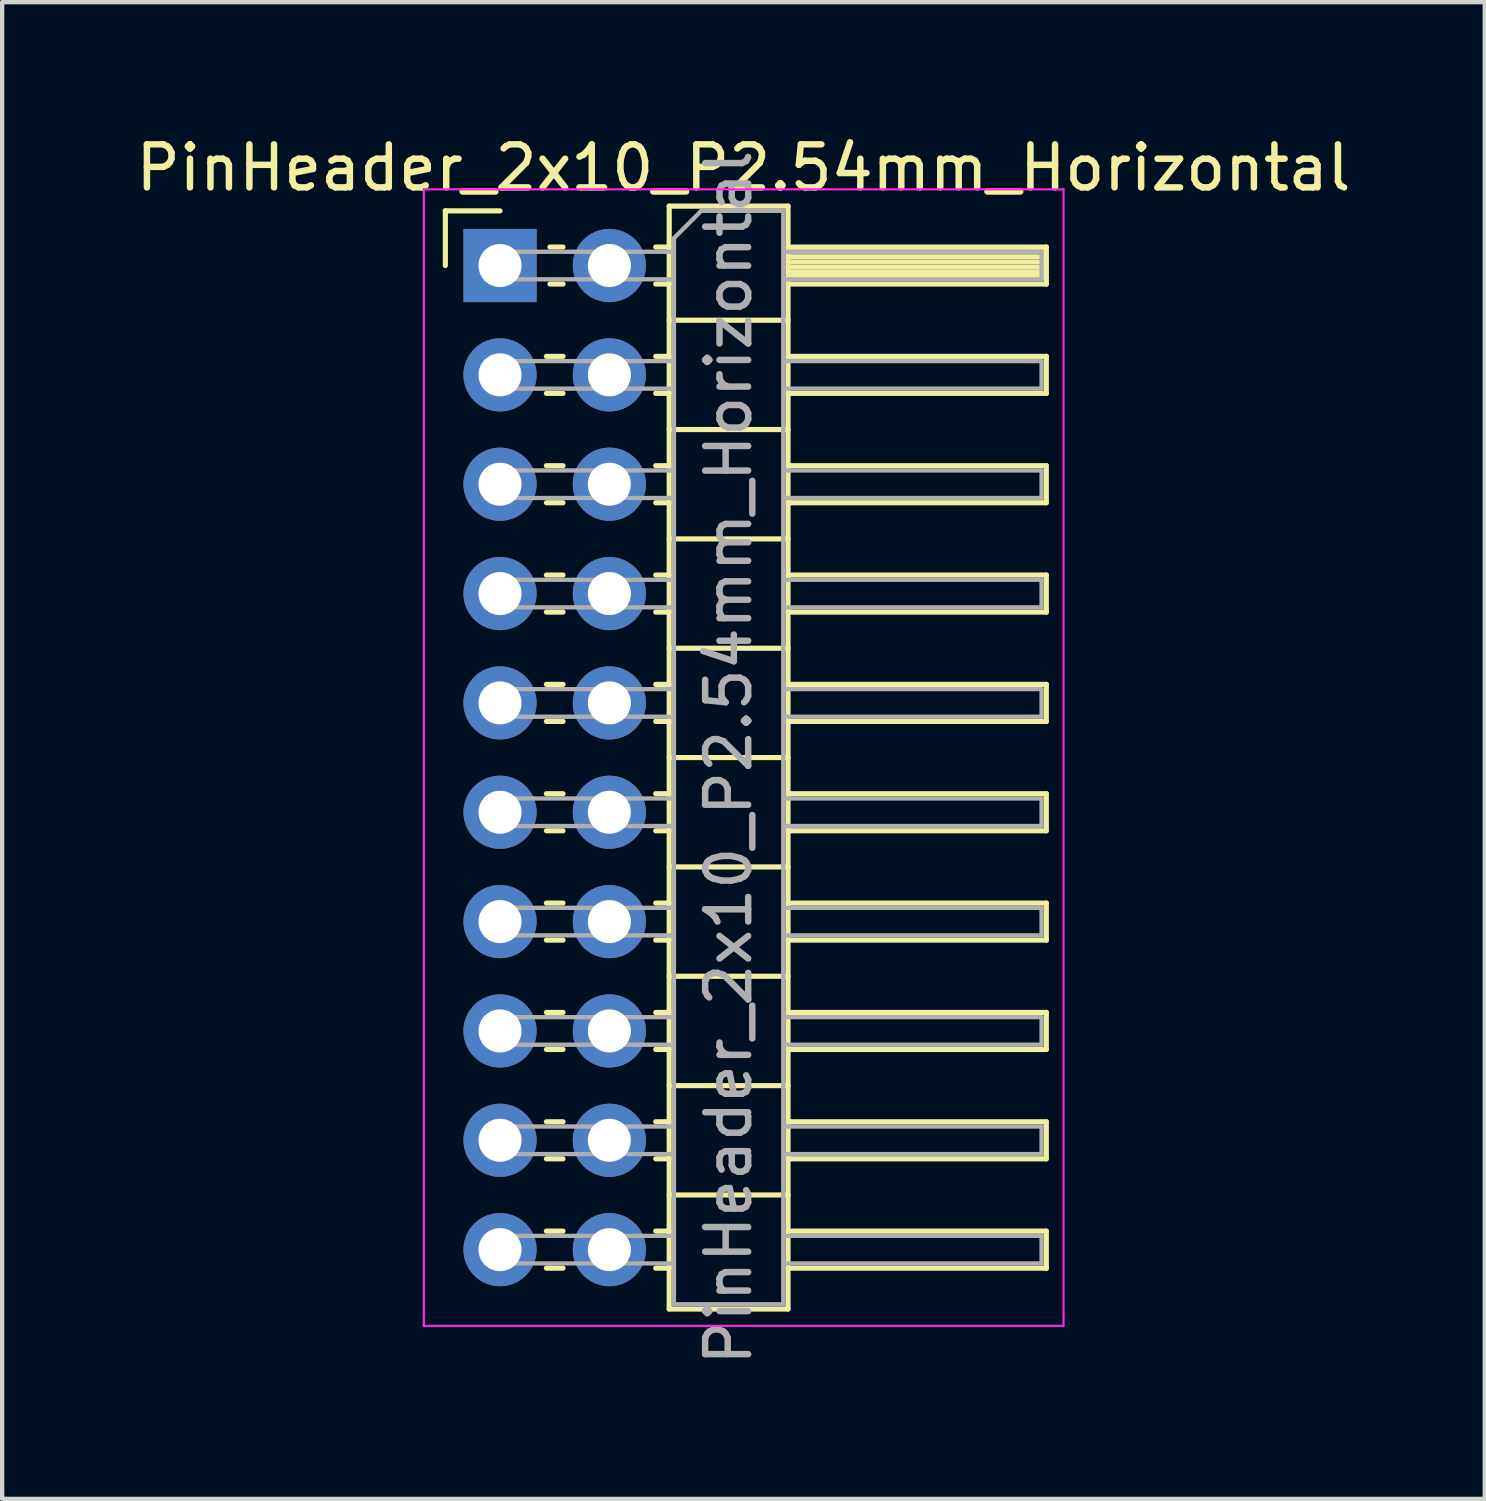
<source format=kicad_pcb>
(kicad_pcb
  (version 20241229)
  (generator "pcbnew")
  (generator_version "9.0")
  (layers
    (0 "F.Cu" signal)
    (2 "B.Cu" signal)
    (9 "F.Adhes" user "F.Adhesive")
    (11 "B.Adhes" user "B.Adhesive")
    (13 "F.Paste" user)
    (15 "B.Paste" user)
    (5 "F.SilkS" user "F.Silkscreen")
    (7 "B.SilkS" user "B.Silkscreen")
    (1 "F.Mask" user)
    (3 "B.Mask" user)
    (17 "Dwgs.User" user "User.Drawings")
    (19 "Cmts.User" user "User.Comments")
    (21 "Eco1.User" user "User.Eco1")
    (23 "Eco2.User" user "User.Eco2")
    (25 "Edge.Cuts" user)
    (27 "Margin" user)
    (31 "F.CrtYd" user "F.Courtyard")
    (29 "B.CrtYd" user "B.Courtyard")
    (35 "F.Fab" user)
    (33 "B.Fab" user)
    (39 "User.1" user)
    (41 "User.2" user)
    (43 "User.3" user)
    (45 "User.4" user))
  (footprint "PinHeader_2x10_P2.54mm_Horizontal"
    (layer "F.Cu")
    (at 8.565 3.118)
    (property "Reference" "PinHeader_2x10_P2.54mm_Horizontal" (at 5.655 -2.27 0) (layer "F.SilkS") (effects (font (size 1 1) (thickness 0.15))))
    (attr through_hole)
    (fp_line (start -1.27 -1.27) (end 0 -1.27) (stroke (width 0.12) (type solid)) (layer "F.SilkS"))
    (fp_line (start -1.27 0) (end -1.27 -1.27) (stroke (width 0.12) (type solid)) (layer "F.SilkS"))
    (fp_line (start 1.077 2.11) (end 1.463 2.11) (stroke (width 0.12) (type solid)) (layer "F.SilkS"))
    (fp_line (start 1.077 2.97) (end 1.463 2.97) (stroke (width 0.12) (type solid)) (layer "F.SilkS"))
    (fp_line (start 1.077 4.65) (end 1.463 4.65) (stroke (width 0.12) (type solid)) (layer "F.SilkS"))
    (fp_line (start 1.077 5.51) (end 1.463 5.51) (stroke (width 0.12) (type solid)) (layer "F.SilkS"))
    (fp_line (start 1.077 7.19) (end 1.463 7.19) (stroke (width 0.12) (type solid)) (layer "F.SilkS"))
    (fp_line (start 1.077 8.05) (end 1.463 8.05) (stroke (width 0.12) (type solid)) (layer "F.SilkS"))
    (fp_line (start 1.077 9.73) (end 1.463 9.73) (stroke (width 0.12) (type solid)) (layer "F.SilkS"))
    (fp_line (start 1.077 10.59) (end 1.463 10.59) (stroke (width 0.12) (type solid)) (layer "F.SilkS"))
    (fp_line (start 1.077 12.27) (end 1.463 12.27) (stroke (width 0.12) (type solid)) (layer "F.SilkS"))
    (fp_line (start 1.077 13.13) (end 1.463 13.13) (stroke (width 0.12) (type solid)) (layer "F.SilkS"))
    (fp_line (start 1.077 14.81) (end 1.463 14.81) (stroke (width 0.12) (type solid)) (layer "F.SilkS"))
    (fp_line (start 1.077 15.67) (end 1.463 15.67) (stroke (width 0.12) (type solid)) (layer "F.SilkS"))
    (fp_line (start 1.077 17.35) (end 1.463 17.35) (stroke (width 0.12) (type solid)) (layer "F.SilkS"))
    (fp_line (start 1.077 18.21) (end 1.463 18.21) (stroke (width 0.12) (type solid)) (layer "F.SilkS"))
    (fp_line (start 1.077 19.89) (end 1.463 19.89) (stroke (width 0.12) (type solid)) (layer "F.SilkS"))
    (fp_line (start 1.077 20.75) (end 1.463 20.75) (stroke (width 0.12) (type solid)) (layer "F.SilkS"))
    (fp_line (start 1.077 22.43) (end 1.463 22.43) (stroke (width 0.12) (type solid)) (layer "F.SilkS"))
    (fp_line (start 1.077 23.29) (end 1.463 23.29) (stroke (width 0.12) (type solid)) (layer "F.SilkS"))
    (fp_line (start 1.16 -0.43) (end 1.463 -0.43) (stroke (width 0.12) (type solid)) (layer "F.SilkS"))
    (fp_line (start 1.16 0.43) (end 1.463 0.43) (stroke (width 0.12) (type solid)) (layer "F.SilkS"))
    (fp_line (start 3.617 -0.43) (end 3.93 -0.43) (stroke (width 0.12) (type solid)) (layer "F.SilkS"))
    (fp_line (start 3.617 0.43) (end 3.93 0.43) (stroke (width 0.12) (type solid)) (layer "F.SilkS"))
    (fp_line (start 3.617 2.11) (end 3.93 2.11) (stroke (width 0.12) (type solid)) (layer "F.SilkS"))
    (fp_line (start 3.617 2.97) (end 3.93 2.97) (stroke (width 0.12) (type solid)) (layer "F.SilkS"))
    (fp_line (start 3.617 4.65) (end 3.93 4.65) (stroke (width 0.12) (type solid)) (layer "F.SilkS"))
    (fp_line (start 3.617 5.51) (end 3.93 5.51) (stroke (width 0.12) (type solid)) (layer "F.SilkS"))
    (fp_line (start 3.617 7.19) (end 3.93 7.19) (stroke (width 0.12) (type solid)) (layer "F.SilkS"))
    (fp_line (start 3.617 8.05) (end 3.93 8.05) (stroke (width 0.12) (type solid)) (layer "F.SilkS"))
    (fp_line (start 3.617 9.73) (end 3.93 9.73) (stroke (width 0.12) (type solid)) (layer "F.SilkS"))
    (fp_line (start 3.617 10.59) (end 3.93 10.59) (stroke (width 0.12) (type solid)) (layer "F.SilkS"))
    (fp_line (start 3.617 12.27) (end 3.93 12.27) (stroke (width 0.12) (type solid)) (layer "F.SilkS"))
    (fp_line (start 3.617 13.13) (end 3.93 13.13) (stroke (width 0.12) (type solid)) (layer "F.SilkS"))
    (fp_line (start 3.617 14.81) (end 3.93 14.81) (stroke (width 0.12) (type solid)) (layer "F.SilkS"))
    (fp_line (start 3.617 15.67) (end 3.93 15.67) (stroke (width 0.12) (type solid)) (layer "F.SilkS"))
    (fp_line (start 3.617 17.35) (end 3.93 17.35) (stroke (width 0.12) (type solid)) (layer "F.SilkS"))
    (fp_line (start 3.617 18.21) (end 3.93 18.21) (stroke (width 0.12) (type solid)) (layer "F.SilkS"))
    (fp_line (start 3.617 19.89) (end 3.93 19.89) (stroke (width 0.12) (type solid)) (layer "F.SilkS"))
    (fp_line (start 3.617 20.75) (end 3.93 20.75) (stroke (width 0.12) (type solid)) (layer "F.SilkS"))
    (fp_line (start 3.617 22.43) (end 3.93 22.43) (stroke (width 0.12) (type solid)) (layer "F.SilkS"))
    (fp_line (start 3.617 23.29) (end 3.93 23.29) (stroke (width 0.12) (type solid)) (layer "F.SilkS"))
    (fp_line (start 3.93 -1.38) (end 3.93 24.24) (stroke (width 0.12) (type solid)) (layer "F.SilkS"))
    (fp_line (start 3.93 1.27) (end 6.69 1.27) (stroke (width 0.12) (type solid)) (layer "F.SilkS"))
    (fp_line (start 3.93 3.81) (end 6.69 3.81) (stroke (width 0.12) (type solid)) (layer "F.SilkS"))
    (fp_line (start 3.93 6.35) (end 6.69 6.35) (stroke (width 0.12) (type solid)) (layer "F.SilkS"))
    (fp_line (start 3.93 8.89) (end 6.69 8.89) (stroke (width 0.12) (type solid)) (layer "F.SilkS"))
    (fp_line (start 3.93 11.43) (end 6.69 11.43) (stroke (width 0.12) (type solid)) (layer "F.SilkS"))
    (fp_line (start 3.93 13.97) (end 6.69 13.97) (stroke (width 0.12) (type solid)) (layer "F.SilkS"))
    (fp_line (start 3.93 16.51) (end 6.69 16.51) (stroke (width 0.12) (type solid)) (layer "F.SilkS"))
    (fp_line (start 3.93 19.05) (end 6.69 19.05) (stroke (width 0.12) (type solid)) (layer "F.SilkS"))
    (fp_line (start 3.93 21.59) (end 6.69 21.59) (stroke (width 0.12) (type solid)) (layer "F.SilkS"))
    (fp_line (start 3.93 24.24) (end 6.69 24.24) (stroke (width 0.12) (type solid)) (layer "F.SilkS"))
    (fp_line (start 6.69 -1.38) (end 3.93 -1.38) (stroke (width 0.12) (type solid)) (layer "F.SilkS"))
    (fp_line (start 6.69 -0.43) (end 12.69 -0.43) (stroke (width 0.12) (type solid)) (layer "F.SilkS"))
    (fp_line (start 6.69 -0.32) (end 12.69 -0.32) (stroke (width 0.12) (type solid)) (layer "F.SilkS"))
    (fp_line (start 6.69 -0.2) (end 12.69 -0.2) (stroke (width 0.12) (type solid)) (layer "F.SilkS"))
    (fp_line (start 6.69 -0.08) (end 12.69 -0.08) (stroke (width 0.12) (type solid)) (layer "F.SilkS"))
    (fp_line (start 6.69 0.04) (end 12.69 0.04) (stroke (width 0.12) (type solid)) (layer "F.SilkS"))
    (fp_line (start 6.69 0.16) (end 12.69 0.16) (stroke (width 0.12) (type solid)) (layer "F.SilkS"))
    (fp_line (start 6.69 0.28) (end 12.69 0.28) (stroke (width 0.12) (type solid)) (layer "F.SilkS"))
    (fp_line (start 6.69 2.11) (end 12.69 2.11) (stroke (width 0.12) (type solid)) (layer "F.SilkS"))
    (fp_line (start 6.69 4.65) (end 12.69 4.65) (stroke (width 0.12) (type solid)) (layer "F.SilkS"))
    (fp_line (start 6.69 7.19) (end 12.69 7.19) (stroke (width 0.12) (type solid)) (layer "F.SilkS"))
    (fp_line (start 6.69 9.73) (end 12.69 9.73) (stroke (width 0.12) (type solid)) (layer "F.SilkS"))
    (fp_line (start 6.69 12.27) (end 12.69 12.27) (stroke (width 0.12) (type solid)) (layer "F.SilkS"))
    (fp_line (start 6.69 14.81) (end 12.69 14.81) (stroke (width 0.12) (type solid)) (layer "F.SilkS"))
    (fp_line (start 6.69 17.35) (end 12.69 17.35) (stroke (width 0.12) (type solid)) (layer "F.SilkS"))
    (fp_line (start 6.69 19.89) (end 12.69 19.89) (stroke (width 0.12) (type solid)) (layer "F.SilkS"))
    (fp_line (start 6.69 22.43) (end 12.69 22.43) (stroke (width 0.12) (type solid)) (layer "F.SilkS"))
    (fp_line (start 6.69 24.24) (end 6.69 -1.38) (stroke (width 0.12) (type solid)) (layer "F.SilkS"))
    (fp_line (start 12.69 -0.43) (end 12.69 0.43) (stroke (width 0.12) (type solid)) (layer "F.SilkS"))
    (fp_line (start 12.69 0.43) (end 6.69 0.43) (stroke (width 0.12) (type solid)) (layer "F.SilkS"))
    (fp_line (start 12.69 2.11) (end 12.69 2.97) (stroke (width 0.12) (type solid)) (layer "F.SilkS"))
    (fp_line (start 12.69 2.97) (end 6.69 2.97) (stroke (width 0.12) (type solid)) (layer "F.SilkS"))
    (fp_line (start 12.69 4.65) (end 12.69 5.51) (stroke (width 0.12) (type solid)) (layer "F.SilkS"))
    (fp_line (start 12.69 5.51) (end 6.69 5.51) (stroke (width 0.12) (type solid)) (layer "F.SilkS"))
    (fp_line (start 12.69 7.19) (end 12.69 8.05) (stroke (width 0.12) (type solid)) (layer "F.SilkS"))
    (fp_line (start 12.69 8.05) (end 6.69 8.05) (stroke (width 0.12) (type solid)) (layer "F.SilkS"))
    (fp_line (start 12.69 9.73) (end 12.69 10.59) (stroke (width 0.12) (type solid)) (layer "F.SilkS"))
    (fp_line (start 12.69 10.59) (end 6.69 10.59) (stroke (width 0.12) (type solid)) (layer "F.SilkS"))
    (fp_line (start 12.69 12.27) (end 12.69 13.13) (stroke (width 0.12) (type solid)) (layer "F.SilkS"))
    (fp_line (start 12.69 13.13) (end 6.69 13.13) (stroke (width 0.12) (type solid)) (layer "F.SilkS"))
    (fp_line (start 12.69 14.81) (end 12.69 15.67) (stroke (width 0.12) (type solid)) (layer "F.SilkS"))
    (fp_line (start 12.69 15.67) (end 6.69 15.67) (stroke (width 0.12) (type solid)) (layer "F.SilkS"))
    (fp_line (start 12.69 17.35) (end 12.69 18.21) (stroke (width 0.12) (type solid)) (layer "F.SilkS"))
    (fp_line (start 12.69 18.21) (end 6.69 18.21) (stroke (width 0.12) (type solid)) (layer "F.SilkS"))
    (fp_line (start 12.69 19.89) (end 12.69 20.75) (stroke (width 0.12) (type solid)) (layer "F.SilkS"))
    (fp_line (start 12.69 20.75) (end 6.69 20.75) (stroke (width 0.12) (type solid)) (layer "F.SilkS"))
    (fp_line (start 12.69 22.43) (end 12.69 23.29) (stroke (width 0.12) (type solid)) (layer "F.SilkS"))
    (fp_line (start 12.69 23.29) (end 6.69 23.29) (stroke (width 0.12) (type solid)) (layer "F.SilkS"))
    (fp_line (start -1.77 -1.77) (end -1.77 24.63) (stroke (width 0.05) (type solid)) (layer "F.CrtYd"))
    (fp_line (start -1.77 24.63) (end 13.09 24.63) (stroke (width 0.05) (type solid)) (layer "F.CrtYd"))
    (fp_line (start 13.09 -1.77) (end -1.77 -1.77) (stroke (width 0.05) (type solid)) (layer "F.CrtYd"))
    (fp_line (start 13.09 24.63) (end 13.09 -1.77) (stroke (width 0.05) (type solid)) (layer "F.CrtYd"))
    (fp_line (start -0.32 -0.32) (end -0.32 0.32) (stroke (width 0.1) (type solid)) (layer "F.Fab"))
    (fp_line (start -0.32 -0.32) (end 4.04 -0.32) (stroke (width 0.1) (type solid)) (layer "F.Fab"))
    (fp_line (start -0.32 0.32) (end 4.04 0.32) (stroke (width 0.1) (type solid)) (layer "F.Fab"))
    (fp_line (start -0.32 2.22) (end -0.32 2.86) (stroke (width 0.1) (type solid)) (layer "F.Fab"))
    (fp_line (start -0.32 2.22) (end 4.04 2.22) (stroke (width 0.1) (type solid)) (layer "F.Fab"))
    (fp_line (start -0.32 2.86) (end 4.04 2.86) (stroke (width 0.1) (type solid)) (layer "F.Fab"))
    (fp_line (start -0.32 4.76) (end -0.32 5.4) (stroke (width 0.1) (type solid)) (layer "F.Fab"))
    (fp_line (start -0.32 4.76) (end 4.04 4.76) (stroke (width 0.1) (type solid)) (layer "F.Fab"))
    (fp_line (start -0.32 5.4) (end 4.04 5.4) (stroke (width 0.1) (type solid)) (layer "F.Fab"))
    (fp_line (start -0.32 7.3) (end -0.32 7.94) (stroke (width 0.1) (type solid)) (layer "F.Fab"))
    (fp_line (start -0.32 7.3) (end 4.04 7.3) (stroke (width 0.1) (type solid)) (layer "F.Fab"))
    (fp_line (start -0.32 7.94) (end 4.04 7.94) (stroke (width 0.1) (type solid)) (layer "F.Fab"))
    (fp_line (start -0.32 9.84) (end -0.32 10.48) (stroke (width 0.1) (type solid)) (layer "F.Fab"))
    (fp_line (start -0.32 9.84) (end 4.04 9.84) (stroke (width 0.1) (type solid)) (layer "F.Fab"))
    (fp_line (start -0.32 10.48) (end 4.04 10.48) (stroke (width 0.1) (type solid)) (layer "F.Fab"))
    (fp_line (start -0.32 12.38) (end -0.32 13.02) (stroke (width 0.1) (type solid)) (layer "F.Fab"))
    (fp_line (start -0.32 12.38) (end 4.04 12.38) (stroke (width 0.1) (type solid)) (layer "F.Fab"))
    (fp_line (start -0.32 13.02) (end 4.04 13.02) (stroke (width 0.1) (type solid)) (layer "F.Fab"))
    (fp_line (start -0.32 14.92) (end -0.32 15.56) (stroke (width 0.1) (type solid)) (layer "F.Fab"))
    (fp_line (start -0.32 14.92) (end 4.04 14.92) (stroke (width 0.1) (type solid)) (layer "F.Fab"))
    (fp_line (start -0.32 15.56) (end 4.04 15.56) (stroke (width 0.1) (type solid)) (layer "F.Fab"))
    (fp_line (start -0.32 17.46) (end -0.32 18.1) (stroke (width 0.1) (type solid)) (layer "F.Fab"))
    (fp_line (start -0.32 17.46) (end 4.04 17.46) (stroke (width 0.1) (type solid)) (layer "F.Fab"))
    (fp_line (start -0.32 18.1) (end 4.04 18.1) (stroke (width 0.1) (type solid)) (layer "F.Fab"))
    (fp_line (start -0.32 20) (end -0.32 20.64) (stroke (width 0.1) (type solid)) (layer "F.Fab"))
    (fp_line (start -0.32 20) (end 4.04 20) (stroke (width 0.1) (type solid)) (layer "F.Fab"))
    (fp_line (start -0.32 20.64) (end 4.04 20.64) (stroke (width 0.1) (type solid)) (layer "F.Fab"))
    (fp_line (start -0.32 22.54) (end -0.32 23.18) (stroke (width 0.1) (type solid)) (layer "F.Fab"))
    (fp_line (start -0.32 22.54) (end 4.04 22.54) (stroke (width 0.1) (type solid)) (layer "F.Fab"))
    (fp_line (start -0.32 23.18) (end 4.04 23.18) (stroke (width 0.1) (type solid)) (layer "F.Fab"))
    (fp_line (start 4.04 -0.635) (end 4.675 -1.27) (stroke (width 0.1) (type solid)) (layer "F.Fab"))
    (fp_line (start 4.04 24.13) (end 4.04 -0.635) (stroke (width 0.1) (type solid)) (layer "F.Fab"))
    (fp_line (start 4.675 -1.27) (end 6.58 -1.27) (stroke (width 0.1) (type solid)) (layer "F.Fab"))
    (fp_line (start 6.58 -1.27) (end 6.58 24.13) (stroke (width 0.1) (type solid)) (layer "F.Fab"))
    (fp_line (start 6.58 -0.32) (end 12.58 -0.32) (stroke (width 0.1) (type solid)) (layer "F.Fab"))
    (fp_line (start 6.58 0.32) (end 12.58 0.32) (stroke (width 0.1) (type solid)) (layer "F.Fab"))
    (fp_line (start 6.58 2.22) (end 12.58 2.22) (stroke (width 0.1) (type solid)) (layer "F.Fab"))
    (fp_line (start 6.58 2.86) (end 12.58 2.86) (stroke (width 0.1) (type solid)) (layer "F.Fab"))
    (fp_line (start 6.58 4.76) (end 12.58 4.76) (stroke (width 0.1) (type solid)) (layer "F.Fab"))
    (fp_line (start 6.58 5.4) (end 12.58 5.4) (stroke (width 0.1) (type solid)) (layer "F.Fab"))
    (fp_line (start 6.58 7.3) (end 12.58 7.3) (stroke (width 0.1) (type solid)) (layer "F.Fab"))
    (fp_line (start 6.58 7.94) (end 12.58 7.94) (stroke (width 0.1) (type solid)) (layer "F.Fab"))
    (fp_line (start 6.58 9.84) (end 12.58 9.84) (stroke (width 0.1) (type solid)) (layer "F.Fab"))
    (fp_line (start 6.58 10.48) (end 12.58 10.48) (stroke (width 0.1) (type solid)) (layer "F.Fab"))
    (fp_line (start 6.58 12.38) (end 12.58 12.38) (stroke (width 0.1) (type solid)) (layer "F.Fab"))
    (fp_line (start 6.58 13.02) (end 12.58 13.02) (stroke (width 0.1) (type solid)) (layer "F.Fab"))
    (fp_line (start 6.58 14.92) (end 12.58 14.92) (stroke (width 0.1) (type solid)) (layer "F.Fab"))
    (fp_line (start 6.58 15.56) (end 12.58 15.56) (stroke (width 0.1) (type solid)) (layer "F.Fab"))
    (fp_line (start 6.58 17.46) (end 12.58 17.46) (stroke (width 0.1) (type solid)) (layer "F.Fab"))
    (fp_line (start 6.58 18.1) (end 12.58 18.1) (stroke (width 0.1) (type solid)) (layer "F.Fab"))
    (fp_line (start 6.58 20) (end 12.58 20) (stroke (width 0.1) (type solid)) (layer "F.Fab"))
    (fp_line (start 6.58 20.64) (end 12.58 20.64) (stroke (width 0.1) (type solid)) (layer "F.Fab"))
    (fp_line (start 6.58 22.54) (end 12.58 22.54) (stroke (width 0.1) (type solid)) (layer "F.Fab"))
    (fp_line (start 6.58 23.18) (end 12.58 23.18) (stroke (width 0.1) (type solid)) (layer "F.Fab"))
    (fp_line (start 6.58 24.13) (end 4.04 24.13) (stroke (width 0.1) (type solid)) (layer "F.Fab"))
    (fp_line (start 12.58 -0.32) (end 12.58 0.32) (stroke (width 0.1) (type solid)) (layer "F.Fab"))
    (fp_line (start 12.58 2.22) (end 12.58 2.86) (stroke (width 0.1) (type solid)) (layer "F.Fab"))
    (fp_line (start 12.58 4.76) (end 12.58 5.4) (stroke (width 0.1) (type solid)) (layer "F.Fab"))
    (fp_line (start 12.58 7.3) (end 12.58 7.94) (stroke (width 0.1) (type solid)) (layer "F.Fab"))
    (fp_line (start 12.58 9.84) (end 12.58 10.48) (stroke (width 0.1) (type solid)) (layer "F.Fab"))
    (fp_line (start 12.58 12.38) (end 12.58 13.02) (stroke (width 0.1) (type solid)) (layer "F.Fab"))
    (fp_line (start 12.58 14.92) (end 12.58 15.56) (stroke (width 0.1) (type solid)) (layer "F.Fab"))
    (fp_line (start 12.58 17.46) (end 12.58 18.1) (stroke (width 0.1) (type solid)) (layer "F.Fab"))
    (fp_line (start 12.58 20) (end 12.58 20.64) (stroke (width 0.1) (type solid)) (layer "F.Fab"))
    (fp_line (start 12.58 22.54) (end 12.58 23.18) (stroke (width 0.1) (type solid)) (layer "F.Fab"))
    (fp_text user "${REFERENCE}" (at 5.31 11.43 90) (layer "F.Fab") (effects (font (size 1 1) (thickness 0.15))))
    (pad "1" thru_hole rect (at 0 0) (size 1.7 1.7) (drill 1) (layers "*.Cu" "*.Mask"))
    (pad "2" thru_hole circle (at 2.54 0) (size 1.7 1.7) (drill 1) (layers "*.Cu" "*.Mask"))
    (pad "3" thru_hole circle (at 0 2.54) (size 1.7 1.7) (drill 1) (layers "*.Cu" "*.Mask"))
    (pad "4" thru_hole circle (at 2.54 2.54) (size 1.7 1.7) (drill 1) (layers "*.Cu" "*.Mask"))
    (pad "5" thru_hole circle (at 0 5.08) (size 1.7 1.7) (drill 1) (layers "*.Cu" "*.Mask"))
    (pad "6" thru_hole circle (at 2.54 5.08) (size 1.7 1.7) (drill 1) (layers "*.Cu" "*.Mask"))
    (pad "7" thru_hole circle (at 0 7.62) (size 1.7 1.7) (drill 1) (layers "*.Cu" "*.Mask"))
    (pad "8" thru_hole circle (at 2.54 7.62) (size 1.7 1.7) (drill 1) (layers "*.Cu" "*.Mask"))
    (pad "9" thru_hole circle (at 0 10.16) (size 1.7 1.7) (drill 1) (layers "*.Cu" "*.Mask"))
    (pad "10" thru_hole circle (at 2.54 10.16) (size 1.7 1.7) (drill 1) (layers "*.Cu" "*.Mask"))
    (pad "11" thru_hole circle (at 0 12.7) (size 1.7 1.7) (drill 1) (layers "*.Cu" "*.Mask"))
    (pad "12" thru_hole circle (at 2.54 12.7) (size 1.7 1.7) (drill 1) (layers "*.Cu" "*.Mask"))
    (pad "13" thru_hole circle (at 0 15.24) (size 1.7 1.7) (drill 1) (layers "*.Cu" "*.Mask"))
    (pad "14" thru_hole circle (at 2.54 15.24) (size 1.7 1.7) (drill 1) (layers "*.Cu" "*.Mask"))
    (pad "15" thru_hole circle (at 0 17.78) (size 1.7 1.7) (drill 1) (layers "*.Cu" "*.Mask"))
    (pad "16" thru_hole circle (at 2.54 17.78) (size 1.7 1.7) (drill 1) (layers "*.Cu" "*.Mask"))
    (pad "17" thru_hole circle (at 0 20.32) (size 1.7 1.7) (drill 1) (layers "*.Cu" "*.Mask"))
    (pad "18" thru_hole circle (at 2.54 20.32) (size 1.7 1.7) (drill 1) (layers "*.Cu" "*.Mask"))
    (pad "19" thru_hole circle (at 0 22.86) (size 1.7 1.7) (drill 1) (layers "*.Cu" "*.Mask"))
    (pad "20" thru_hole circle (at 2.54 22.86) (size 1.7 1.7) (drill 1) (layers "*.Cu" "*.Mask")))
  (gr_rect
    (start -3 -3)
    (end 31.44 31.768)
    (stroke (width 0.1) (type default))
    (fill no)
    (layer "Edge.Cuts")))
</source>
